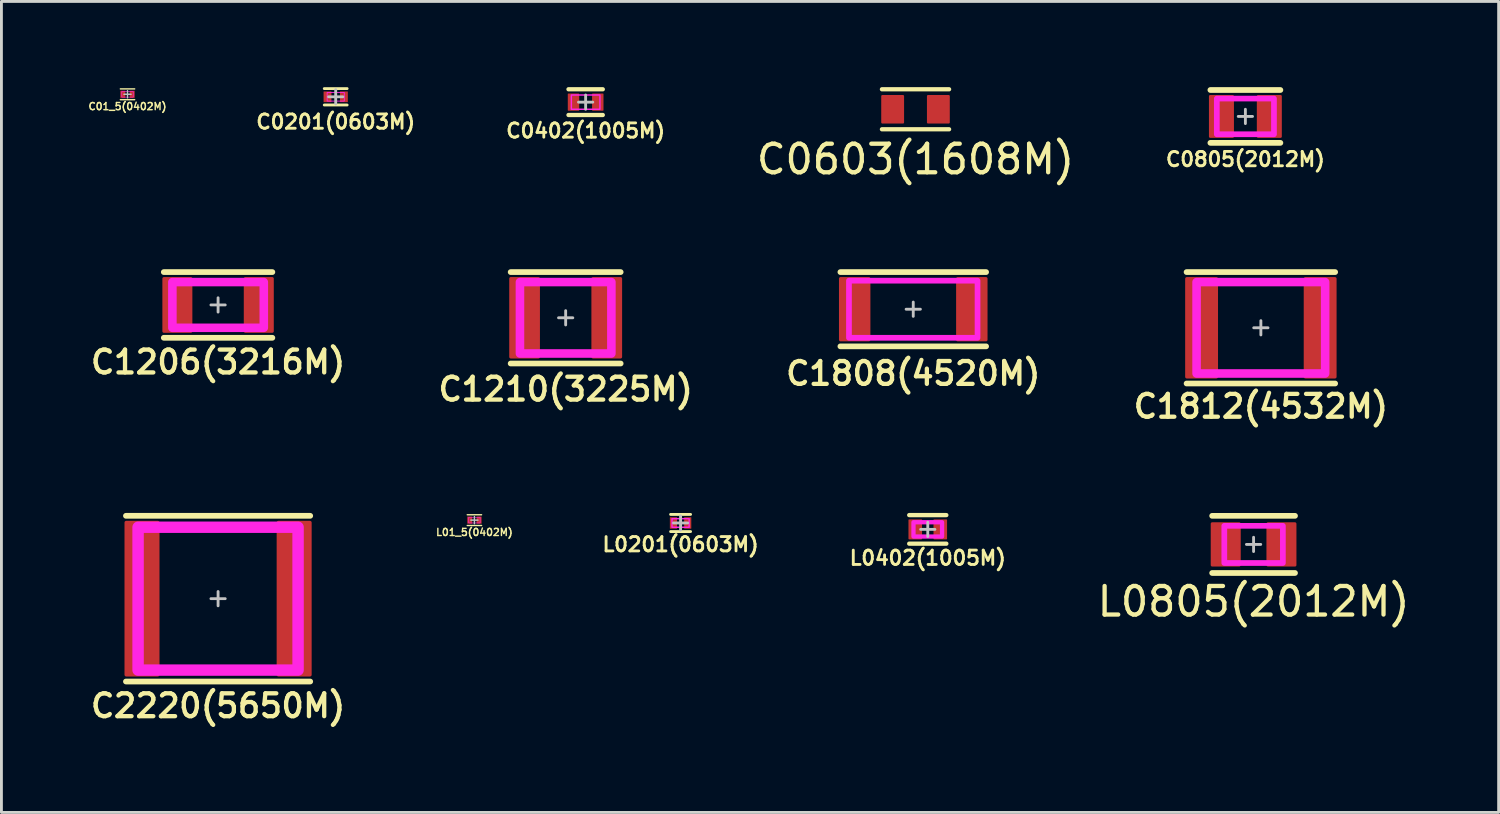
<source format=kicad_pcb>
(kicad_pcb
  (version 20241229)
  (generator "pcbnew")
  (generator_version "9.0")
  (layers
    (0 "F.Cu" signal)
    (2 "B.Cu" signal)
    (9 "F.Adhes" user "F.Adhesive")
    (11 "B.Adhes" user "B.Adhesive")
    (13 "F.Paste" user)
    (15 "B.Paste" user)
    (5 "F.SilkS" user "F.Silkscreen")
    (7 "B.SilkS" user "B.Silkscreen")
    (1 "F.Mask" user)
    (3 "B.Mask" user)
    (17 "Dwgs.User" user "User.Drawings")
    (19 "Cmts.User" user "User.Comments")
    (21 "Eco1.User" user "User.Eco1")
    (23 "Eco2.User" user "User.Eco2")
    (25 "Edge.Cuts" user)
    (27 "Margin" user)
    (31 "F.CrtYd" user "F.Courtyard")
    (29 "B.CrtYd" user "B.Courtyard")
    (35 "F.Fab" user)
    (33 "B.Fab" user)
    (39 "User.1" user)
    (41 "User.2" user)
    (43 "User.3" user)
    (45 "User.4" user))
  (footprint "C1206(3216M)"
    (layer "F.Cu")
    (at 4.583 7.623)
    (property "Reference" "C1206(3216M)" (at 0 2 0) (layer "F.SilkS") (effects (font (size 0.8 0.8) (thickness 0.15))))
    (attr smd)
    (fp_line (start -1.9 -1.15) (end 1.9 -1.15) (stroke (width 0.2) (type solid)) (layer "F.SilkS"))
    (fp_line (start -1.9 1.15) (end 1.9 1.15) (stroke (width 0.2) (type solid)) (layer "F.SilkS"))
    (fp_poly (pts (xy -0.975 -0.5) (xy -1.25 -0.5) (xy -1.25 0.5) (xy -0.975 0.5) (xy -0.975 0.9) (xy -1.875 0.9) (xy -1.875 -0.9) (xy -0.975 -0.9)) (stroke (width 0) (type solid)) (fill yes) (layer "F.Paste"))
    (fp_poly (pts (xy 0.975 0.5) (xy 1.25 0.5) (xy 1.25 -0.5) (xy 0.975 -0.5) (xy 0.975 -0.9) (xy 1.875 -0.9) (xy 1.875 0.9) (xy 0.975 0.9)) (stroke (width 0) (type solid)) (fill yes) (layer "F.Paste"))
    (fp_line (start -0.25 0) (end 0.25 0) (stroke (width 0.1) (type solid)) (layer "Dwgs.User"))
    (fp_line (start 0 -0.25) (end 0 0.25) (stroke (width 0.1) (type solid)) (layer "Dwgs.User"))
    (fp_rect (start -1.6 -0.8) (end 1.6 0.8) (stroke (width 0.3) (type solid)) (fill no) (layer "F.CrtYd"))
    (pad "1" smd roundrect (at -1.425 0 90) (size 1.95 1.05) (layers "F.Cu" "F.Mask") (roundrect_rratio 0.05))
    (pad "2" smd roundrect (at 1.425 0 90) (size 1.95 1.05) (layers "F.Cu" "F.Mask") (roundrect_rratio 0.05)))
  (footprint "C01_5(0402M)"
    (layer "F.Cu")
    (at 1.413 0.25)
    (property "Reference" "C01_5(0402M)" (at 0 0.425 0) (layer "F.SilkS") (effects (font (size 0.25 0.25) (thickness 0.05))))
    (attr smd)
    (fp_line (start -0.25 -0.188) (end 0.25 -0.188) (stroke (width 0.05) (type solid)) (layer "F.SilkS"))
    (fp_line (start -0.25 0.188) (end 0.25 0.188) (stroke (width 0.05) (type solid)) (layer "F.SilkS"))
    (fp_line (start -0.125 0) (end 0.125 0) (stroke (width 0.05) (type solid)) (layer "Dwgs.User"))
    (fp_line (start 0 -0.125) (end 0 0.125) (stroke (width 0.05) (type solid)) (layer "Dwgs.User"))
    (fp_rect (start -0.2 -0.1) (end 0.2 0.1) (stroke (width 0.02) (type solid)) (fill no) (layer "F.CrtYd"))
    (pad "1" smd roundrect (at -0.163 0 90) (size 0.25 0.175) (layers "F.Cu" "F.Mask" "F.Paste") (roundrect_rratio 0.05))
    (pad "2" smd roundrect (at 0.163 0 90) (size 0.25 0.175) (layers "F.Cu" "F.Mask" "F.Paste") (roundrect_rratio 0.05)))
  (footprint "C1808(4520M)"
    (layer "F.Cu")
    (at 28.915 7.773)
    (property "Reference" "C1808(4520M)" (at 0 2.25 0) (layer "F.SilkS") (effects (font (size 0.8 0.8) (thickness 0.15))))
    (attr smd)
    (fp_line (start -2.55 -1.3) (end 2.55 -1.3) (stroke (width 0.2) (type solid)) (layer "F.SilkS"))
    (fp_line (start -2.55 1.3) (end 2.55 1.3) (stroke (width 0.2) (type solid)) (layer "F.SilkS"))
    (fp_poly (pts (xy -1.6 -0.7) (xy -1.9 -0.7) (xy -1.9 0.7) (xy -1.6 0.7) (xy -1.6 1.025) (xy -2.5 1.025) (xy -2.5 -1.025) (xy -1.6 -1.025)) (stroke (width 0) (type solid)) (fill yes) (layer "F.Paste"))
    (fp_poly (pts (xy 1.6 0.7) (xy 1.9 0.7) (xy 1.9 -0.7) (xy 1.6 -0.7) (xy 1.6 -1.025) (xy 2.5 -1.025) (xy 2.5 1.025) (xy 1.6 1.025)) (stroke (width 0) (type solid)) (fill yes) (layer "F.Paste"))
    (fp_line (start -0.25 0) (end 0.25 0) (stroke (width 0.1) (type solid)) (layer "Dwgs.User"))
    (fp_line (start 0 -0.25) (end 0 0.25) (stroke (width 0.1) (type solid)) (layer "Dwgs.User"))
    (fp_rect (start -2.25 -1) (end 2.25 1) (stroke (width 0.2) (type solid)) (fill no) (layer "F.CrtYd"))
    (pad "1" smd roundrect (at -2.05 0 90) (size 2.25 1.1) (layers "F.Cu" "F.Mask") (roundrect_rratio 0.05))
    (pad "2" smd roundrect (at 2.05 0 90) (size 2.25 1.1) (layers "F.Cu" "F.Mask") (roundrect_rratio 0.05)))
  (footprint "C0805(2012M)"
    (layer "F.Cu")
    (at 40.54 1.025)
    (property "Reference" "C0805(2012M)" (at 0 1.5 0) (layer "F.SilkS") (effects (font (size 0.5 0.5) (thickness 0.1) (bold yes))))
    (attr smd)
    (fp_line (start -1.225 -0.925) (end 1.225 -0.925) (stroke (width 0.2) (type solid)) (layer "F.SilkS"))
    (fp_line (start -1.225 0.925) (end 1.225 0.925) (stroke (width 0.2) (type solid)) (layer "F.SilkS"))
    (fp_poly (pts (xy -0.475 -0.375) (xy -0.7 -0.375) (xy -0.7 0.375) (xy -0.475 0.375) (xy -0.475 0.675) (xy -1.2 0.675) (xy -1.2 -0.675) (xy -0.475 -0.675)) (stroke (width 0) (type solid)) (fill yes) (layer "F.Paste"))
    (fp_poly (pts (xy 0.475 0.375) (xy 0.7 0.375) (xy 0.7 -0.375) (xy 0.475 -0.375) (xy 0.475 -0.675) (xy 1.2 -0.675) (xy 1.2 0.675) (xy 0.475 0.675)) (stroke (width 0) (type solid)) (fill yes) (layer "F.Paste"))
    (fp_line (start -0.25 0) (end 0.25 0) (stroke (width 0.1) (type solid)) (layer "Dwgs.User"))
    (fp_line (start 0 -0.25) (end 0 0.25) (stroke (width 0.1) (type solid)) (layer "Dwgs.User"))
    (fp_rect (start -1 -0.625) (end 1 0.625) (stroke (width 0.2) (type solid)) (fill no) (layer "F.CrtYd"))
    (pad "1" smd roundrect (at -0.838 0 90) (size 1.5 0.875) (layers "F.Cu" "F.Mask") (roundrect_rratio 0.05))
    (pad "2" smd roundrect (at 0.838 0 90) (size 1.5 0.875) (layers "F.Cu" "F.Mask") (roundrect_rratio 0.05)))
  (footprint "C0402(1005M)"
    (layer "F.Cu")
    (at 17.448 0.525)
    (property "Reference" "C0402(1005M)" (at 0 1 0) (layer "F.SilkS") (effects (font (size 0.5 0.5) (thickness 0.1))))
    (attr smd)
    (fp_line (start -0.6 -0.45) (end 0.6 -0.45) (stroke (width 0.15) (type solid)) (layer "F.SilkS"))
    (fp_line (start -0.6 0.45) (end 0.6 0.45) (stroke (width 0.15) (type solid)) (layer "F.SilkS"))
    (fp_line (start -0.25 0) (end 0.25 0) (stroke (width 0.1) (type solid)) (layer "Dwgs.User"))
    (fp_line (start 0 -0.25) (end 0 0.25) (stroke (width 0.1) (type solid)) (layer "Dwgs.User"))
    (fp_rect (start -0.5 -0.25) (end 0.5 0.25) (stroke (width 0.05) (type solid)) (fill no) (layer "F.CrtYd"))
    (pad "1" smd roundrect (at -0.425 0 90) (size 0.6 0.4) (layers "F.Cu" "F.Mask" "F.Paste") (roundrect_rratio 0.05))
    (pad "2" smd roundrect (at 0.425 0 90) (size 0.6 0.4) (layers "F.Cu" "F.Mask" "F.Paste") (roundrect_rratio 0.05)))
  (footprint "C0201(0603M)"
    (layer "F.Cu")
    (at 8.7 0.338)
    (property "Reference" "C0201(0603M)" (at 0 0.875 0) (layer "F.SilkS") (effects (font (size 0.5 0.5) (thickness 0.1))))
    (attr smd)
    (fp_line (start -0.4 -0.287) (end 0.4 -0.287) (stroke (width 0.1) (type solid)) (layer "F.SilkS"))
    (fp_line (start -0.4 0.287) (end 0.4 0.287) (stroke (width 0.1) (type solid)) (layer "F.SilkS"))
    (fp_line (start -0.25 0) (end 0.25 0) (stroke (width 0.1) (type solid)) (layer "Dwgs.User"))
    (fp_line (start 0 -0.25) (end 0 0.25) (stroke (width 0.1) (type solid)) (layer "Dwgs.User"))
    (fp_rect (start -0.3 -0.15) (end 0.3 0.15) (stroke (width 0.03) (type solid)) (fill no) (layer "F.CrtYd"))
    (pad "1" smd roundrect (at -0.287 0 90) (size 0.375 0.275) (layers "F.Cu" "F.Mask" "F.Paste") (roundrect_rratio 0.05))
    (pad "2" smd roundrect (at 0.287 0 90) (size 0.375 0.275) (layers "F.Cu" "F.Mask" "F.Paste") (roundrect_rratio 0.05)))
  (footprint "C1210(3225M)"
    (layer "F.Cu")
    (at 16.749 8.073)
    (property "Reference" "C1210(3225M)" (at 0 2.5 0) (layer "F.SilkS") (effects (font (size 0.8 0.8) (thickness 0.15))))
    (attr smd)
    (fp_line (start -1.925 -1.6) (end 1.925 -1.6) (stroke (width 0.2) (type solid)) (layer "F.SilkS"))
    (fp_line (start -1.925 1.6) (end 1.925 1.6) (stroke (width 0.2) (type solid)) (layer "F.SilkS"))
    (fp_poly (pts (xy -1 -0.9) (xy -1.25 -0.9) (xy -1.25 0.9) (xy -1 0.9) (xy -1 1.325) (xy -1.875 1.325) (xy -1.875 -1.325) (xy -1 -1.325)) (stroke (width 0) (type solid)) (fill yes) (layer "F.Paste"))
    (fp_poly (pts (xy 1 0.9) (xy 1.25 0.9) (xy 1.25 -0.9) (xy 1 -0.9) (xy 1 -1.325) (xy 1.875 -1.325) (xy 1.875 1.325) (xy 1 1.325)) (stroke (width 0) (type solid)) (fill yes) (layer "F.Paste"))
    (fp_line (start -0.25 0) (end 0.25 0) (stroke (width 0.1) (type solid)) (layer "Dwgs.User"))
    (fp_line (start 0 -0.25) (end 0 0.25) (stroke (width 0.1) (type solid)) (layer "Dwgs.User"))
    (fp_rect (start -1.6 -1.25) (end 1.6 1.25) (stroke (width 0.3) (type solid)) (fill no) (layer "F.CrtYd"))
    (pad "1" smd roundrect (at -1.438 0 90) (size 2.85 1.075) (layers "F.Cu" "F.Mask") (roundrect_rratio 0.05))
    (pad "2" smd roundrect (at 1.438 0 90) (size 2.85 1.075) (layers "F.Cu" "F.Mask") (roundrect_rratio 0.05)))
  (footprint "L0402(1005M)"
    (layer "F.Cu")
    (at 29.423 15.479)
    (property "Reference" "L0402(1005M)" (at 0 1 0) (layer "F.SilkS") (effects (font (size 0.5 0.5) (thickness 0.1))))
    (attr smd)
    (fp_line (start -0.65 -0.5) (end 0.65 -0.5) (stroke (width 0.15) (type solid)) (layer "F.SilkS"))
    (fp_line (start -0.65 0.5) (end 0.65 0.5) (stroke (width 0.15) (type solid)) (layer "F.SilkS"))
    (fp_line (start -0.25 0) (end 0.25 0) (stroke (width 0.1) (type solid)) (layer "Dwgs.User"))
    (fp_line (start 0 -0.25) (end 0 0.25) (stroke (width 0.1) (type solid)) (layer "Dwgs.User"))
    (fp_rect (start -0.5 -0.25) (end 0.5 0.25) (stroke (width 0.15) (type solid)) (fill no) (layer "F.CrtYd"))
    (pad "1" smd roundrect (at -0.438 0 90) (size 0.7 0.475) (layers "F.Cu" "F.Mask" "F.Paste") (roundrect_rratio 0.05))
    (pad "2" smd roundrect (at 0.438 0 90) (size 0.7 0.475) (layers "F.Cu" "F.Mask" "F.Paste") (roundrect_rratio 0.05)))
  (footprint "L0805(2012M)"
    (layer "F.Cu")
    (at 40.827 16.005)
    (property "Reference" "L0805(2012M)" (at 0 2 0) (layer "F.SilkS") (effects (font (size 1 1) (thickness 0.15))))
    (attr smd)
    (fp_line (start -1.45 -1) (end 1.45 -1) (stroke (width 0.2) (type solid)) (layer "F.SilkS"))
    (fp_line (start -1.45 1) (end 1.45 1) (stroke (width 0.2) (type solid)) (layer "F.SilkS"))
    (fp_line (start -0.25 0) (end 0.25 0) (stroke (width 0.1) (type solid)) (layer "Dwgs.User"))
    (fp_line (start 0 -0.25) (end 0 0.25) (stroke (width 0.1) (type solid)) (layer "Dwgs.User"))
    (fp_rect (start -1.025 -0.65) (end 1.025 0.65) (stroke (width 0.2) (type solid)) (fill no) (layer "F.CrtYd"))
    (pad "1" smd roundrect (at -0.975 0 90) (size 1.55 1.05) (layers "F.Cu" "F.Mask" "F.Paste") (roundrect_rratio 0.05))
    (pad "2" smd roundrect (at 0.975 0 90) (size 1.55 1.05) (layers "F.Cu" "F.Mask" "F.Paste") (roundrect_rratio 0.05)))
  (footprint "C0603(1608M)"
    (layer "F.Cu")
    (at 28.994 0.775)
    (property "Reference" "C0603(1608M)" (at 0 1.75 0) (layer "F.SilkS") (effects (font (size 1 1) (thickness 0.15))))
    (attr smd)
    (fp_line (start -1.175 -0.7) (end 1.175 -0.7) (stroke (width 0.15) (type solid)) (layer "F.SilkS"))
    (fp_line (start -1.175 0.7) (end 1.175 0.7) (stroke (width 0.15) (type solid)) (layer "F.SilkS"))
    (pad "1" smd roundrect (at -0.8 0 90) (size 1 0.8) (layers "F.Cu" "F.Mask" "F.Paste") (roundrect_rratio 0.05))
    (pad "2" smd roundrect (at 0.8 0 90) (size 1 0.8) (layers "F.Cu" "F.Mask" "F.Paste") (roundrect_rratio 0.05)))
  (footprint "L0201(0603M)"
    (layer "F.Cu")
    (at 20.771 15.255)
    (property "Reference" "L0201(0603M)" (at 0 0.75 0) (layer "F.SilkS") (effects (font (size 0.5 0.5) (thickness 0.1))))
    (attr smd)
    (fp_line (start -0.35 -0.3) (end 0.35 -0.3) (stroke (width 0.1) (type solid)) (layer "F.SilkS"))
    (fp_line (start -0.35 0.3) (end 0.35 0.3) (stroke (width 0.1) (type solid)) (layer "F.SilkS"))
    (fp_line (start -0.25 0) (end 0.25 0) (stroke (width 0.1) (type solid)) (layer "Dwgs.User"))
    (fp_line (start 0 -0.25) (end 0 0.25) (stroke (width 0.1) (type solid)) (layer "Dwgs.User"))
    (fp_rect (start -0.3 -0.15) (end 0.3 0.15) (stroke (width 0.05) (type solid)) (fill no) (layer "F.CrtYd"))
    (pad "1" smd roundrect (at -0.25 0 90) (size 0.4 0.25) (layers "F.Cu" "F.Mask" "F.Paste") (roundrect_rratio 0.05))
    (pad "2" smd roundrect (at 0.25 0 90) (size 0.4 0.25) (layers "F.Cu" "F.Mask" "F.Paste") (roundrect_rratio 0.05)))
  (footprint "C1812(4532M)"
    (layer "F.Cu")
    (at 41.082 8.423)
    (property "Reference" "C1812(4532M)" (at 0 2.75 0) (layer "F.SilkS") (effects (font (size 0.8 0.8) (thickness 0.15))))
    (attr smd)
    (fp_line (start -2.6 -1.95) (end 2.6 -1.95) (stroke (width 0.2) (type solid)) (layer "F.SilkS"))
    (fp_line (start -2.6 1.95) (end 2.6 1.95) (stroke (width 0.2) (type solid)) (layer "F.SilkS"))
    (fp_poly (pts (xy -1.6 -1.2) (xy -1.85 -1.2) (xy -1.85 1.2) (xy -1.6 1.2) (xy -1.6 1.675) (xy -2.55 1.675) (xy -2.55 -1.675) (xy -1.6 -1.675)) (stroke (width 0) (type solid)) (fill yes) (layer "F.Paste"))
    (fp_poly (pts (xy 1.6 1.2) (xy 1.85 1.2) (xy 1.85 -1.2) (xy 1.6 -1.2) (xy 1.6 -1.675) (xy 2.55 -1.675) (xy 2.55 1.675) (xy 1.6 1.675)) (stroke (width 0) (type solid)) (fill yes) (layer "F.Paste"))
    (fp_line (start -0.25 0) (end 0.25 0) (stroke (width 0.1) (type solid)) (layer "Dwgs.User"))
    (fp_line (start 0 -0.25) (end 0 0.25) (stroke (width 0.1) (type solid)) (layer "Dwgs.User"))
    (fp_rect (start -2.25 -1.6) (end 2.25 1.6) (stroke (width 0.3) (type solid)) (fill no) (layer "F.CrtYd"))
    (pad "1" smd roundrect (at -2.075 0 90) (size 3.55 1.15) (layers "F.Cu" "F.Mask") (roundrect_rratio 0.05))
    (pad "2" smd roundrect (at 2.075 0 90) (size 3.55 1.15) (layers "F.Cu" "F.Mask") (roundrect_rratio 0.05)))
  (footprint "C2220(5650M)"
    (layer "F.Cu")
    (at 4.583 17.904)
    (property "Reference" "C2220(5650M)" (at 0 3.75 0) (layer "F.SilkS") (effects (font (size 0.8 0.8) (thickness 0.15))))
    (attr smd)
    (fp_line (start -3.225 -2.9) (end 3.225 -2.9) (stroke (width 0.2) (type solid)) (layer "F.SilkS"))
    (fp_line (start -3.225 2.9) (end 3.225 2.9) (stroke (width 0.2) (type solid)) (layer "F.SilkS"))
    (fp_poly (pts (xy -2.15 -2) (xy -2.45 -2) (xy -2.45 2) (xy -2.15 2) (xy -2.15 2.625) (xy -3.175 2.625) (xy -3.175 -2.625) (xy -2.15 -2.625)) (stroke (width 0) (type solid)) (fill yes) (layer "F.Paste"))
    (fp_poly (pts (xy 2.15 2) (xy 2.45 2) (xy 2.45 -2) (xy 2.15 -2) (xy 2.15 -2.625) (xy 3.175 -2.625) (xy 3.175 2.625) (xy 2.15 2.625)) (stroke (width 0) (type solid)) (fill yes) (layer "F.Paste"))
    (fp_line (start -0.25 0) (end 0.25 0) (stroke (width 0.1) (type solid)) (layer "Dwgs.User"))
    (fp_line (start 0 -0.25) (end 0 0.25) (stroke (width 0.1) (type solid)) (layer "Dwgs.User"))
    (fp_rect (start -2.8 -2.5) (end 2.8 2.5) (stroke (width 0.4) (type solid)) (fill no) (layer "F.CrtYd"))
    (pad "1" smd roundrect (at -2.663 0 90) (size 5.45 1.225) (layers "F.Cu" "F.Mask") (roundrect_rratio 0.05))
    (pad "2" smd roundrect (at 2.663 0 90) (size 5.45 1.225) (layers "F.Cu" "F.Mask") (roundrect_rratio 0.05)))
  (footprint "L01_5(0402M)"
    (layer "F.Cu")
    (at 13.555 15.155)
    (property "Reference" "L01_5(0402M)" (at 0 0.425 0) (layer "F.SilkS") (effects (font (size 0.25 0.25) (thickness 0.05))))
    (attr smd)
    (fp_line (start -0.25 -0.188) (end 0.25 -0.188) (stroke (width 0.05) (type solid)) (layer "F.SilkS"))
    (fp_line (start -0.25 0.188) (end 0.25 0.188) (stroke (width 0.05) (type solid)) (layer "F.SilkS"))
    (fp_line (start -0.125 0) (end 0.125 0) (stroke (width 0.05) (type solid)) (layer "Dwgs.User"))
    (fp_line (start 0 -0.125) (end 0 0.125) (stroke (width 0.05) (type solid)) (layer "Dwgs.User"))
    (fp_rect (start -0.2 -0.1) (end 0.2 0.1) (stroke (width 0.02) (type solid)) (fill no) (layer "F.CrtYd"))
    (pad "1" smd roundrect (at -0.163 0 90) (size 0.25 0.175) (layers "F.Cu" "F.Mask" "F.Paste") (roundrect_rratio 0.05))
    (pad "2" smd roundrect (at 0.163 0 90) (size 0.25 0.175) (layers "F.Cu" "F.Mask" "F.Paste") (roundrect_rratio 0.05)))
  (gr_rect
    (start -3 -3)
    (end 49.404 25.386)
    (stroke (width 0.1) (type default))
    (fill no)
    (layer "Edge.Cuts")))
</source>
